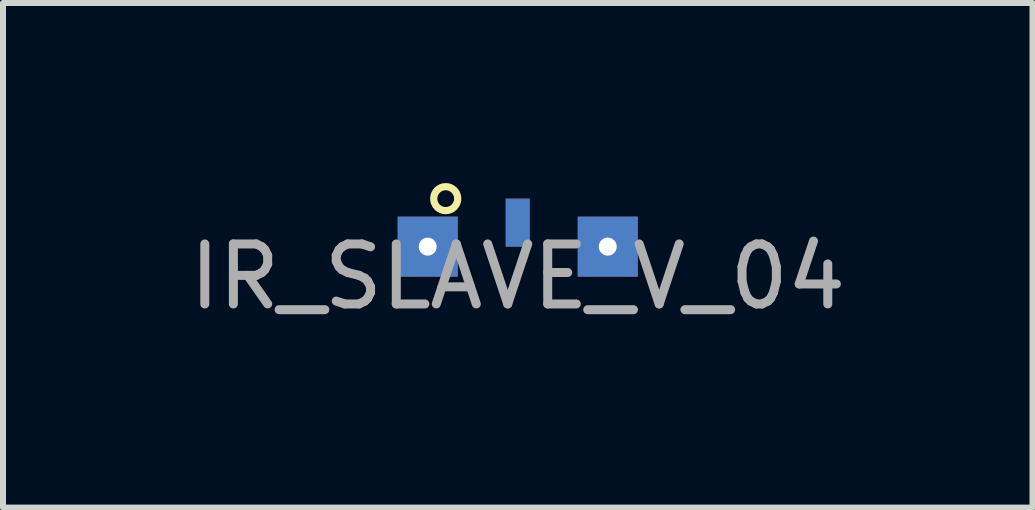
<source format=kicad_pcb>
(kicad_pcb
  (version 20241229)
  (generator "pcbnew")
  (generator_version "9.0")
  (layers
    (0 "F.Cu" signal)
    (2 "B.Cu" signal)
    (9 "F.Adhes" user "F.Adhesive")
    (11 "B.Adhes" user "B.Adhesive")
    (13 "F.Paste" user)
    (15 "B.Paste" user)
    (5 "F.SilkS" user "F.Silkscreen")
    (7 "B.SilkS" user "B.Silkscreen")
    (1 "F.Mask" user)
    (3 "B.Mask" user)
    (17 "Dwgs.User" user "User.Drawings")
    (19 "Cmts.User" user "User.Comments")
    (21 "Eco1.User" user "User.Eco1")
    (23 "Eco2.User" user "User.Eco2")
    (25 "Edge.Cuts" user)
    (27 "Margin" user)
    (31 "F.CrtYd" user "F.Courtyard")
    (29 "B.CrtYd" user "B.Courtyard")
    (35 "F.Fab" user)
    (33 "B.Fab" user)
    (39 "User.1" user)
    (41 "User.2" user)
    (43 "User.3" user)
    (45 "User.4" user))
  (footprint "IR_SLAVE_V_04"
    (layer "F.Cu")
    (at 5.577 1.06)
    (property "Reference" "IR_SLAVE_V_04" (at 0 0.5 0) (layer "F.Fab") (effects (font (size 1 1) (thickness 0.15))))
    (attr through_hole)
    (fp_circle (center -1.2 -0.8) (end -1.4 -0.8) (stroke (width 0.12) (type solid)) (fill no) (layer "F.SilkS"))
    (pad "1" thru_hole rect (at -1.5 0) (size 1 1) (drill 0.3) (layers "*.Cu" "*.Mask"))
    (pad "2" smd rect (at 0 -0.4) (size 0.4 0.8) (layers "F.Cu" "F.Mask" "F.Paste"))
    (pad "3" smd rect (at 0 -0.4) (size 0.4 0.8) (layers "B.Cu" "B.Mask" "B.Paste"))
    (pad "4" thru_hole rect (at 1.5 0) (size 1 1) (drill 0.3) (layers "*.Cu" "*.Mask")))
  (gr_rect
    (start -3 -3)
    (end 14.155 5.408)
    (stroke (width 0.1) (type default))
    (fill no)
    (layer "Edge.Cuts")))
</source>
